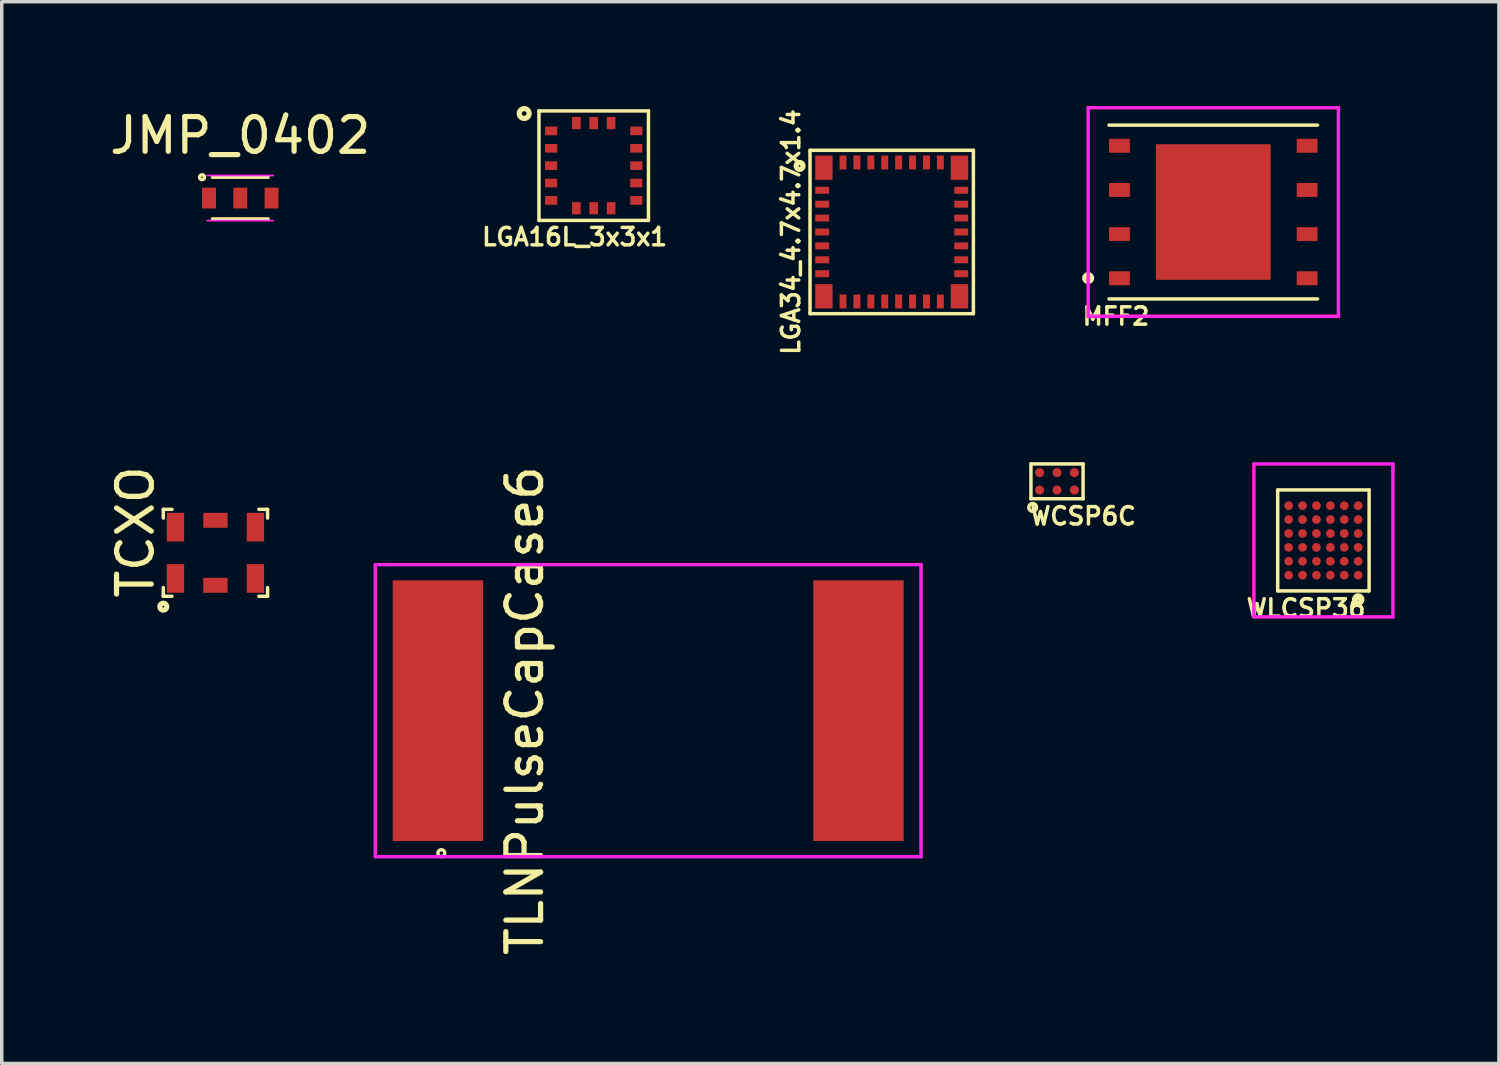
<source format=kicad_pcb>
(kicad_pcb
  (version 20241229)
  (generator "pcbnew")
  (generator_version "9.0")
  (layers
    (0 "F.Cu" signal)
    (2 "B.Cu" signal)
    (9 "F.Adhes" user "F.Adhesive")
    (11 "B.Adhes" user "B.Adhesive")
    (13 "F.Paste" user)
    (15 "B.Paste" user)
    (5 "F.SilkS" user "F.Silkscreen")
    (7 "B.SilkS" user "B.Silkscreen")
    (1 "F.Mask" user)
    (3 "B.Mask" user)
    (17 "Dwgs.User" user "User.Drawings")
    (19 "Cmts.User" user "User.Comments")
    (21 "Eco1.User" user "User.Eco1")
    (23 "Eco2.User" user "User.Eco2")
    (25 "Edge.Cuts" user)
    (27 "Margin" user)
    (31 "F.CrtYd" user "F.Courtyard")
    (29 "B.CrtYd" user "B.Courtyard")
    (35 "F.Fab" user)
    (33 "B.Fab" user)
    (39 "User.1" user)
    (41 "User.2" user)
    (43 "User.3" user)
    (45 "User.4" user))
  (footprint "TLNPulseCapCase6"
    (layer "F.Cu")
    (at 15.648 17.396)
    (property "Reference" "TLNPulseCapCase6" (at -3.6 0 90) (layer "F.SilkS") (effects (font (size 1 1) (thickness 0.15))))
    (attr through_hole)
    (fp_circle (center -6 4.1) (end -5.9 4.1) (stroke (width 0.1) (type solid)) (fill no) (layer "F.SilkS"))
    (fp_line (start -7.9 -4.2) (end -7.6 -4.2) (stroke (width 0.1) (type solid)) (layer "F.CrtYd"))
    (fp_line (start -7.9 4.2) (end -7.9 -4.2) (stroke (width 0.1) (type solid)) (layer "F.CrtYd"))
    (fp_line (start -7.6 -4.2) (end 7.8 -4.2) (stroke (width 0.1) (type solid)) (layer "F.CrtYd"))
    (fp_line (start 7.8 -4.2) (end 7.8 4.2) (stroke (width 0.1) (type solid)) (layer "F.CrtYd"))
    (fp_line (start 7.8 4.2) (end -7.9 4.2) (stroke (width 0.1) (type solid)) (layer "F.CrtYd"))
    (pad "1" smd rect (at -6.1 0) (size 2.6 7.5) (layers "F.Cu" "F.Mask" "F.Paste"))
    (pad "2" smd rect (at 6 0) (size 2.6 7.5) (layers "F.Cu" "F.Mask" "F.Paste")))
  (footprint "WCSP6C"
    (layer "F.Cu")
    (at 27.36 10.798)
    (property "Reference" "WCSP6C" (at 0.75 1 0) (layer "F.SilkS") (effects (font (size 0.5 0.5) (thickness 0.1))))
    (attr through_hole)
    (fp_line (start -0.75 -0.5) (end 0.75 -0.5) (stroke (width 0.1) (type solid)) (layer "F.SilkS"))
    (fp_line (start -0.75 0.5) (end -0.75 -0.5) (stroke (width 0.1) (type solid)) (layer "F.SilkS"))
    (fp_line (start 0.75 -0.5) (end 0.75 0.5) (stroke (width 0.1) (type solid)) (layer "F.SilkS"))
    (fp_line (start 0.75 0.5) (end -0.75 0.5) (stroke (width 0.1) (type solid)) (layer "F.SilkS"))
    (fp_circle (center -0.7 0.75) (end -0.6 0.8) (stroke (width 0.1) (type solid)) (fill no) (layer "F.SilkS"))
    (pad "A1" smd circle (at -0.5 0.25 180) (size 0.26 0.26) (layers "F.Cu" "F.Mask" "F.Paste"))
    (pad "A2" smd circle (at -0.5 -0.25 180) (size 0.26 0.26) (layers "F.Cu" "F.Mask" "F.Paste"))
    (pad "B1" smd circle (at 0 0.25) (size 0.26 0.26) (layers "F.Cu" "F.Mask" "F.Paste"))
    (pad "B2" smd circle (at 0 -0.25) (size 0.26 0.26) (layers "F.Cu" "F.Mask" "F.Paste"))
    (pad "C1" smd circle (at 0.5 0.25) (size 0.26 0.26) (layers "F.Cu" "F.Mask" "F.Paste"))
    (pad "C2" smd circle (at 0.5 -0.25) (size 0.26 0.26) (layers "F.Cu" "F.Mask" "F.Paste")))
  (footprint "LGA34_4.7x4.7x1.4"
    (layer "F.Cu")
    (at 22.604 3.624)
    (property "Reference" "LGA34_4.7x4.7x1.4" (at -2.9 0 90) (layer "F.SilkS") (effects (font (size 0.5 0.5) (thickness 0.1))))
    (attr through_hole)
    (fp_line (start -2.35 -2.35) (end 2.35 -2.35) (stroke (width 0.1) (type solid)) (layer "F.SilkS"))
    (fp_line (start -2.35 2.35) (end -2.35 -2.35) (stroke (width 0.1) (type solid)) (layer "F.SilkS"))
    (fp_line (start 2.35 -2.35) (end 2.35 2.35) (stroke (width 0.1) (type solid)) (layer "F.SilkS"))
    (fp_line (start 2.35 2.35) (end -2.35 2.35) (stroke (width 0.1) (type solid)) (layer "F.SilkS"))
    (fp_circle (center -2.65 -1.9) (end -2.65 -1.8) (stroke (width 0.15) (type solid)) (fill no) (layer "F.SilkS"))
    (pad "1" smd rect (at -1.95 -1.85) (size 0.5 0.7) (layers "F.Cu" "F.Mask" "F.Paste"))
    (pad "2" smd rect (at -2 -1.2) (size 0.4 0.2) (layers "F.Cu" "F.Mask" "F.Paste"))
    (pad "3" smd rect (at -2 -0.8) (size 0.4 0.2) (layers "F.Cu" "F.Mask" "F.Paste"))
    (pad "4" smd rect (at -2 -0.4) (size 0.4 0.2) (layers "F.Cu" "F.Mask" "F.Paste"))
    (pad "5" smd rect (at -2 0) (size 0.4 0.2) (layers "F.Cu" "F.Mask" "F.Paste"))
    (pad "6" smd rect (at -2 0.4) (size 0.4 0.2) (layers "F.Cu" "F.Mask" "F.Paste"))
    (pad "7" smd rect (at -2 0.8) (size 0.4 0.2) (layers "F.Cu" "F.Mask" "F.Paste"))
    (pad "8" smd rect (at -2 1.2) (size 0.4 0.2) (layers "F.Cu" "F.Mask" "F.Paste"))
    (pad "9" smd rect (at -1.95 1.85) (size 0.5 0.7) (layers "F.Cu" "F.Mask" "F.Paste"))
    (pad "10" smd rect (at -1.4 2) (size 0.2 0.4) (layers "F.Cu" "F.Mask" "F.Paste"))
    (pad "11" smd rect (at -1 2) (size 0.2 0.4) (layers "F.Cu" "F.Mask" "F.Paste"))
    (pad "12" smd rect (at -0.6 2) (size 0.2 0.4) (layers "F.Cu" "F.Mask" "F.Paste"))
    (pad "13" smd rect (at -0.2 2) (size 0.2 0.4) (layers "F.Cu" "F.Mask" "F.Paste"))
    (pad "14" smd rect (at 0.2 2) (size 0.2 0.4) (layers "F.Cu" "F.Mask" "F.Paste"))
    (pad "15" smd rect (at 0.6 2) (size 0.2 0.4) (layers "F.Cu" "F.Mask" "F.Paste"))
    (pad "16" smd rect (at 1 2) (size 0.2 0.4) (layers "F.Cu" "F.Mask" "F.Paste"))
    (pad "17" smd rect (at 1.4 2) (size 0.2 0.4) (layers "F.Cu" "F.Mask" "F.Paste"))
    (pad "18" smd rect (at 1.95 1.85) (size 0.5 0.7) (layers "F.Cu" "F.Mask" "F.Paste"))
    (pad "19" smd rect (at 2 1.2) (size 0.4 0.2) (layers "F.Cu" "F.Mask" "F.Paste"))
    (pad "20" smd rect (at 2 0.8) (size 0.4 0.2) (layers "F.Cu" "F.Mask" "F.Paste"))
    (pad "21" smd rect (at 2 0.4) (size 0.4 0.2) (layers "F.Cu" "F.Mask" "F.Paste"))
    (pad "22" smd rect (at 2 0) (size 0.4 0.2) (layers "F.Cu" "F.Mask" "F.Paste"))
    (pad "23" smd rect (at 2 -0.4) (size 0.4 0.2) (layers "F.Cu" "F.Mask" "F.Paste"))
    (pad "24" smd rect (at 2 -0.8) (size 0.4 0.2) (layers "F.Cu" "F.Mask" "F.Paste"))
    (pad "25" smd rect (at 2 -1.2) (size 0.4 0.2) (layers "F.Cu" "F.Mask" "F.Paste"))
    (pad "26" smd rect (at 1.95 -1.85) (size 0.5 0.7) (layers "F.Cu" "F.Mask" "F.Paste"))
    (pad "27" smd rect (at 1.4 -2) (size 0.2 0.4) (layers "F.Cu" "F.Mask" "F.Paste"))
    (pad "28" smd rect (at 1 -2) (size 0.2 0.4) (layers "F.Cu" "F.Mask" "F.Paste"))
    (pad "29" smd rect (at 0.6 -2) (size 0.2 0.4) (layers "F.Cu" "F.Mask" "F.Paste"))
    (pad "30" smd rect (at 0.2 -2) (size 0.2 0.4) (layers "F.Cu" "F.Mask" "F.Paste"))
    (pad "31" smd rect (at -0.2 -2) (size 0.2 0.4) (layers "F.Cu" "F.Mask" "F.Paste"))
    (pad "32" smd rect (at -0.6 -2) (size 0.2 0.4) (layers "F.Cu" "F.Mask" "F.Paste"))
    (pad "33" smd rect (at -1 -2) (size 0.2 0.4) (layers "F.Cu" "F.Mask" "F.Paste"))
    (pad "34" smd rect (at -1.4 -2) (size 0.2 0.4) (layers "F.Cu" "F.Mask" "F.Paste")))
  (footprint "LGA16L_3x3x1"
    (layer "F.Cu")
    (at 14.031 1.716)
    (property "Reference" "LGA16L_3x3x1" (at -0.55 2.05 0) (layer "F.SilkS") (effects (font (size 0.5 0.5) (thickness 0.1))))
    (attr through_hole)
    (fp_line (start -1.575 -1.575) (end 1.575 -1.575) (stroke (width 0.1) (type solid)) (layer "F.SilkS"))
    (fp_line (start -1.575 1.575) (end -1.575 -1.575) (stroke (width 0.1) (type solid)) (layer "F.SilkS"))
    (fp_line (start 1.575 -1.575) (end 1.575 1.575) (stroke (width 0.1) (type solid)) (layer "F.SilkS"))
    (fp_line (start 1.575 1.575) (end -1.575 1.575) (stroke (width 0.1) (type solid)) (layer "F.SilkS"))
    (fp_circle (center -2 -1.5) (end -1.9 -1.4) (stroke (width 0.15) (type solid)) (fill no) (layer "F.SilkS"))
    (pad "1" smd rect (at -1.225 -1) (size 0.35 0.25) (layers "F.Cu" "F.Mask" "F.Paste"))
    (pad "2" smd rect (at -1.225 -0.5) (size 0.35 0.25) (layers "F.Cu" "F.Mask" "F.Paste"))
    (pad "3" smd rect (at -1.225 0) (size 0.35 0.25) (layers "F.Cu" "F.Mask" "F.Paste"))
    (pad "4" smd rect (at -1.225 0.5) (size 0.35 0.25) (layers "F.Cu" "F.Mask" "F.Paste"))
    (pad "5" smd rect (at -1.225 1) (size 0.35 0.25) (layers "F.Cu" "F.Mask" "F.Paste"))
    (pad "6" smd rect (at -0.5 1.225) (size 0.25 0.35) (layers "F.Cu" "F.Mask" "F.Paste"))
    (pad "7" smd rect (at 0 1.225) (size 0.25 0.35) (layers "F.Cu" "F.Mask" "F.Paste"))
    (pad "8" smd rect (at 0.5 1.225) (size 0.25 0.35) (layers "F.Cu" "F.Mask" "F.Paste"))
    (pad "9" smd rect (at 1.225 1) (size 0.35 0.25) (layers "F.Cu" "F.Mask" "F.Paste"))
    (pad "10" smd rect (at 1.225 0.5) (size 0.35 0.25) (layers "F.Cu" "F.Mask" "F.Paste"))
    (pad "11" smd rect (at 1.225 0) (size 0.35 0.25) (layers "F.Cu" "F.Mask" "F.Paste"))
    (pad "12" smd rect (at 1.225 -0.5) (size 0.35 0.25) (layers "F.Cu" "F.Mask" "F.Paste"))
    (pad "13" smd rect (at 1.225 -1) (size 0.35 0.25) (layers "F.Cu" "F.Mask" "F.Paste"))
    (pad "14" smd rect (at 0.5 -1.225) (size 0.25 0.35) (layers "F.Cu" "F.Mask" "F.Paste"))
    (pad "15" smd rect (at 0 -1.225) (size 0.25 0.35) (layers "F.Cu" "F.Mask" "F.Paste"))
    (pad "16" smd rect (at -0.5 -1.225) (size 0.25 0.35) (layers "F.Cu" "F.Mask" "F.Paste")))
  (footprint "MFF2"
    (layer "F.Cu")
    (at 31.856 3.05)
    (property "Reference" "MFF2" (at -2.8 3 0) (layer "F.SilkS") (effects (font (size 0.5 0.5) (thickness 0.1))))
    (attr through_hole)
    (fp_line (start -3 -2.5) (end 3 -2.5) (stroke (width 0.1) (type solid)) (layer "F.SilkS"))
    (fp_line (start 3 2.5) (end -3 2.5) (stroke (width 0.1) (type solid)) (layer "F.SilkS"))
    (fp_circle (center -3.6 1.9) (end -3.6 2) (stroke (width 0.15) (type solid)) (fill no) (layer "F.SilkS"))
    (fp_line (start -3.6 -3) (end 3.6 -3) (stroke (width 0.1) (type solid)) (layer "F.CrtYd"))
    (fp_line (start -3.6 3) (end -3.6 -3) (stroke (width 0.1) (type solid)) (layer "F.CrtYd"))
    (fp_line (start 3.6 -3) (end 3.6 3) (stroke (width 0.1) (type solid)) (layer "F.CrtYd"))
    (fp_line (start 3.6 3) (end -3.6 3) (stroke (width 0.1) (type solid)) (layer "F.CrtYd"))
    (pad "" smd rect (at 0 0) (size 3.3 3.9) (layers "F.Cu" "F.Mask" "F.Paste"))
    (pad "1" smd rect (at -2.7 1.905) (size 0.6 0.4) (layers "F.Cu" "F.Mask" "F.Paste"))
    (pad "2" smd rect (at -2.7 0.635) (size 0.6 0.4) (layers "F.Cu" "F.Mask" "F.Paste"))
    (pad "3" smd rect (at -2.7 -0.635) (size 0.6 0.4) (layers "F.Cu" "F.Mask" "F.Paste"))
    (pad "4" smd rect (at -2.7 -1.905) (size 0.6 0.4) (layers "F.Cu" "F.Mask" "F.Paste"))
    (pad "5" smd rect (at 2.7 1.905) (size 0.6 0.4) (layers "F.Cu" "F.Mask" "F.Paste"))
    (pad "6" smd rect (at 2.7 0.635) (size 0.6 0.4) (layers "F.Cu" "F.Mask" "F.Paste"))
    (pad "7" smd rect (at 2.7 -0.635) (size 0.6 0.4) (layers "F.Cu" "F.Mask" "F.Paste"))
    (pad "8" smd rect (at 2.7 -1.905) (size 0.6 0.4) (layers "F.Cu" "F.Mask" "F.Paste")))
  (footprint "JMP_0402"
    (layer "F.Cu")
    (at 3.863 2.648)
    (property "Reference" "JMP_0402" (at 0 -1.8 0) (layer "F.SilkS") (effects (font (size 1 1) (thickness 0.15))))
    (attr smd)
    (fp_line (start -0.8 -0.6) (end 0.8 -0.6) (stroke (width 0.1) (type solid)) (layer "F.SilkS"))
    (fp_line (start 0.8 0.6) (end -0.8 0.6) (stroke (width 0.1) (type solid)) (layer "F.SilkS"))
    (fp_circle (center -1.1 -0.6) (end -1.05 -0.55) (stroke (width 0.1) (type solid)) (fill no) (layer "F.SilkS"))
    (fp_line (start -0.95 -0.65) (end 0.95 -0.65) (stroke (width 0.05) (type solid)) (layer "F.CrtYd"))
    (fp_line (start -0.95 0.65) (end 0.95 0.65) (stroke (width 0.05) (type solid)) (layer "F.CrtYd"))
    (pad "1" smd rect (at -0.9 0) (size 0.4 0.6) (layers "F.Cu" "F.Mask" "F.Paste"))
    (pad "2" smd rect (at 0 0) (size 0.4 0.6) (layers "F.Cu" "F.Mask" "F.Paste"))
    (pad "3" smd rect (at 0.9 0) (size 0.4 0.6) (layers "F.Cu" "F.Mask" "F.Paste")))
  (footprint "TCXO"
    (layer "F.Cu")
    (at 3.148 12.854)
    (property "Reference" "TCXO" (at -2.3 -0.6 90) (layer "F.SilkS") (effects (font (size 1 1) (thickness 0.15))))
    (attr through_hole)
    (fp_line (start -1.5 -1.25) (end -1.25 -1.25) (stroke (width 0.1) (type solid)) (layer "F.SilkS"))
    (fp_line (start -1.5 -1) (end -1.5 -1.25) (stroke (width 0.1) (type solid)) (layer "F.SilkS"))
    (fp_line (start -1.5 1.25) (end -1.5 1) (stroke (width 0.1) (type solid)) (layer "F.SilkS"))
    (fp_line (start -1.25 1.25) (end -1.5 1.25) (stroke (width 0.1) (type solid)) (layer "F.SilkS"))
    (fp_line (start 1.25 -1.25) (end 1.5 -1.25) (stroke (width 0.1) (type solid)) (layer "F.SilkS"))
    (fp_line (start 1.5 -1.25) (end 1.5 -1) (stroke (width 0.1) (type solid)) (layer "F.SilkS"))
    (fp_line (start 1.5 1) (end 1.5 1.25) (stroke (width 0.1) (type solid)) (layer "F.SilkS"))
    (fp_line (start 1.5 1.25) (end 1.25 1.25) (stroke (width 0.1) (type solid)) (layer "F.SilkS"))
    (fp_circle (center -1.5 1.55) (end -1.5 1.65) (stroke (width 0.15) (type solid)) (fill no) (layer "F.SilkS"))
    (pad "1" smd rect (at -1.15 0.738) (size 0.5 0.825) (layers "F.Cu" "F.Mask" "F.Paste"))
    (pad "2" smd rect (at 0 0.935) (size 0.7 0.43) (layers "F.Cu" "F.Mask" "F.Paste"))
    (pad "3" smd rect (at 1.15 0.738) (size 0.5 0.825) (layers "F.Cu" "F.Mask" "F.Paste"))
    (pad "4" smd rect (at 1.15 -0.738) (size 0.5 0.825) (layers "F.Cu" "F.Mask" "F.Paste"))
    (pad "5" smd rect (at 0 -0.935) (size 0.7 0.43) (layers "F.Cu" "F.Mask" "F.Paste"))
    (pad "6" smd rect (at -1.15 -0.738) (size 0.5 0.825) (layers "F.Cu" "F.Mask" "F.Paste")))
  (footprint "WLCSP36"
    (layer "F.Cu")
    (at 35.024 12.498)
    (property "Reference" "WLCSP36" (at -0.5 1.95 0) (layer "F.SilkS") (effects (font (size 0.5 0.5) (thickness 0.1))))
    (attr through_hole)
    (fp_line (start -1.315 -1.452) (end 1.315 -1.452) (stroke (width 0.1) (type solid)) (layer "F.SilkS"))
    (fp_line (start -1.315 1.452) (end -1.315 -1.452) (stroke (width 0.1) (type solid)) (layer "F.SilkS"))
    (fp_line (start 1.315 -1.452) (end 1.315 1.452) (stroke (width 0.1) (type solid)) (layer "F.SilkS"))
    (fp_line (start 1.315 1.452) (end -1.315 1.452) (stroke (width 0.1) (type solid)) (layer "F.SilkS"))
    (fp_circle (center 1 1.7) (end 1.075 1.775) (stroke (width 0.15) (type solid)) (fill no) (layer "F.SilkS"))
    (fp_line (start -2 -2.2) (end -2 2) (stroke (width 0.1) (type solid)) (layer "F.CrtYd"))
    (fp_line (start -2 2) (end -2 2.2) (stroke (width 0.1) (type solid)) (layer "F.CrtYd"))
    (fp_line (start -2 2.2) (end 2 2.2) (stroke (width 0.1) (type solid)) (layer "F.CrtYd"))
    (fp_line (start 2 -2.2) (end -2 -2.2) (stroke (width 0.1) (type solid)) (layer "F.CrtYd"))
    (fp_line (start 2 -2) (end 2 -2.2) (stroke (width 0.1) (type solid)) (layer "F.CrtYd"))
    (fp_line (start 2 2.2) (end 2 -2) (stroke (width 0.1) (type solid)) (layer "F.CrtYd"))
    (pad "A1" smd circle (at 1 1) (size 0.25 0.25) (layers "F.Cu" "F.Mask" "F.Paste"))
    (pad "A2" smd circle (at 0.6 1) (size 0.25 0.25) (layers "F.Cu" "F.Mask" "F.Paste"))
    (pad "A3" smd circle (at 0.2 1) (size 0.25 0.25) (layers "F.Cu" "F.Mask" "F.Paste"))
    (pad "A4" smd circle (at -0.2 1) (size 0.25 0.25) (layers "F.Cu" "F.Mask" "F.Paste"))
    (pad "A5" smd circle (at -0.6 1) (size 0.25 0.25) (layers "F.Cu" "F.Mask" "F.Paste"))
    (pad "A6" smd circle (at -1 1) (size 0.25 0.25) (layers "F.Cu" "F.Mask" "F.Paste"))
    (pad "B1" smd circle (at 1 0.6) (size 0.25 0.25) (layers "F.Cu" "F.Mask" "F.Paste"))
    (pad "B2" smd circle (at 0.6 0.6) (size 0.25 0.25) (layers "F.Cu" "F.Mask" "F.Paste"))
    (pad "B3" smd circle (at 0.2 0.6) (size 0.25 0.25) (layers "F.Cu" "F.Mask" "F.Paste"))
    (pad "B4" smd circle (at -0.2 0.6) (size 0.25 0.25) (layers "F.Cu" "F.Mask" "F.Paste"))
    (pad "B5" smd circle (at -0.6 0.6) (size 0.25 0.25) (layers "F.Cu" "F.Mask" "F.Paste"))
    (pad "B6" smd circle (at -1 0.6) (size 0.25 0.25) (layers "F.Cu" "F.Mask" "F.Paste"))
    (pad "C1" smd circle (at 1 0.2) (size 0.25 0.25) (layers "F.Cu" "F.Mask" "F.Paste"))
    (pad "C2" smd circle (at 0.6 0.2) (size 0.25 0.25) (layers "F.Cu" "F.Mask" "F.Paste"))
    (pad "C3" smd circle (at 0.2 0.2) (size 0.25 0.25) (layers "F.Cu" "F.Mask" "F.Paste"))
    (pad "C4" smd circle (at -0.2 0.2) (size 0.25 0.25) (layers "F.Cu" "F.Mask" "F.Paste"))
    (pad "C5" smd circle (at -0.6 0.2) (size 0.25 0.25) (layers "F.Cu" "F.Mask" "F.Paste"))
    (pad "C6" smd circle (at -1 0.2) (size 0.25 0.25) (layers "F.Cu" "F.Mask" "F.Paste"))
    (pad "D1" smd circle (at 1 -0.2) (size 0.25 0.25) (layers "F.Cu" "F.Mask" "F.Paste"))
    (pad "D2" smd circle (at 0.6 -0.2) (size 0.25 0.25) (layers "F.Cu" "F.Mask" "F.Paste"))
    (pad "D3" smd circle (at 0.2 -0.2) (size 0.25 0.25) (layers "F.Cu" "F.Mask" "F.Paste"))
    (pad "D4" smd circle (at -0.2 -0.2) (size 0.25 0.25) (layers "F.Cu" "F.Mask" "F.Paste"))
    (pad "D5" smd circle (at -0.6 -0.2) (size 0.25 0.25) (layers "F.Cu" "F.Mask" "F.Paste"))
    (pad "D6" smd circle (at -1 -0.2) (size 0.25 0.25) (layers "F.Cu" "F.Mask" "F.Paste"))
    (pad "E1" smd circle (at 1 -0.6) (size 0.25 0.25) (layers "F.Cu" "F.Mask" "F.Paste"))
    (pad "E2" smd circle (at 0.6 -0.6) (size 0.25 0.25) (layers "F.Cu" "F.Mask" "F.Paste"))
    (pad "E3" smd circle (at 0.2 -0.6) (size 0.25 0.25) (layers "F.Cu" "F.Mask" "F.Paste"))
    (pad "E4" smd circle (at -0.2 -0.6) (size 0.25 0.25) (layers "F.Cu" "F.Mask" "F.Paste"))
    (pad "E5" smd circle (at -0.6 -0.6) (size 0.25 0.25) (layers "F.Cu" "F.Mask" "F.Paste"))
    (pad "E6" smd circle (at -1 -0.6) (size 0.25 0.25) (layers "F.Cu" "F.Mask" "F.Paste"))
    (pad "F1" smd circle (at 1 -1) (size 0.25 0.25) (layers "F.Cu" "F.Mask" "F.Paste"))
    (pad "F2" smd circle (at 0.6 -1) (size 0.25 0.25) (layers "F.Cu" "F.Mask" "F.Paste"))
    (pad "F3" smd circle (at 0.2 -1) (size 0.25 0.25) (layers "F.Cu" "F.Mask" "F.Paste"))
    (pad "F4" smd circle (at -0.2 -1) (size 0.25 0.25) (layers "F.Cu" "F.Mask" "F.Paste"))
    (pad "F5" smd circle (at -0.6 -1) (size 0.25 0.25) (layers "F.Cu" "F.Mask" "F.Paste"))
    (pad "F6" smd circle (at -1 -1) (size 0.25 0.25) (layers "F.Cu" "F.Mask" "F.Paste")))
  (gr_rect
    (start -3 -3)
    (end 40.074 27.545)
    (stroke (width 0.1) (type default))
    (fill no)
    (layer "Edge.Cuts")))
</source>
